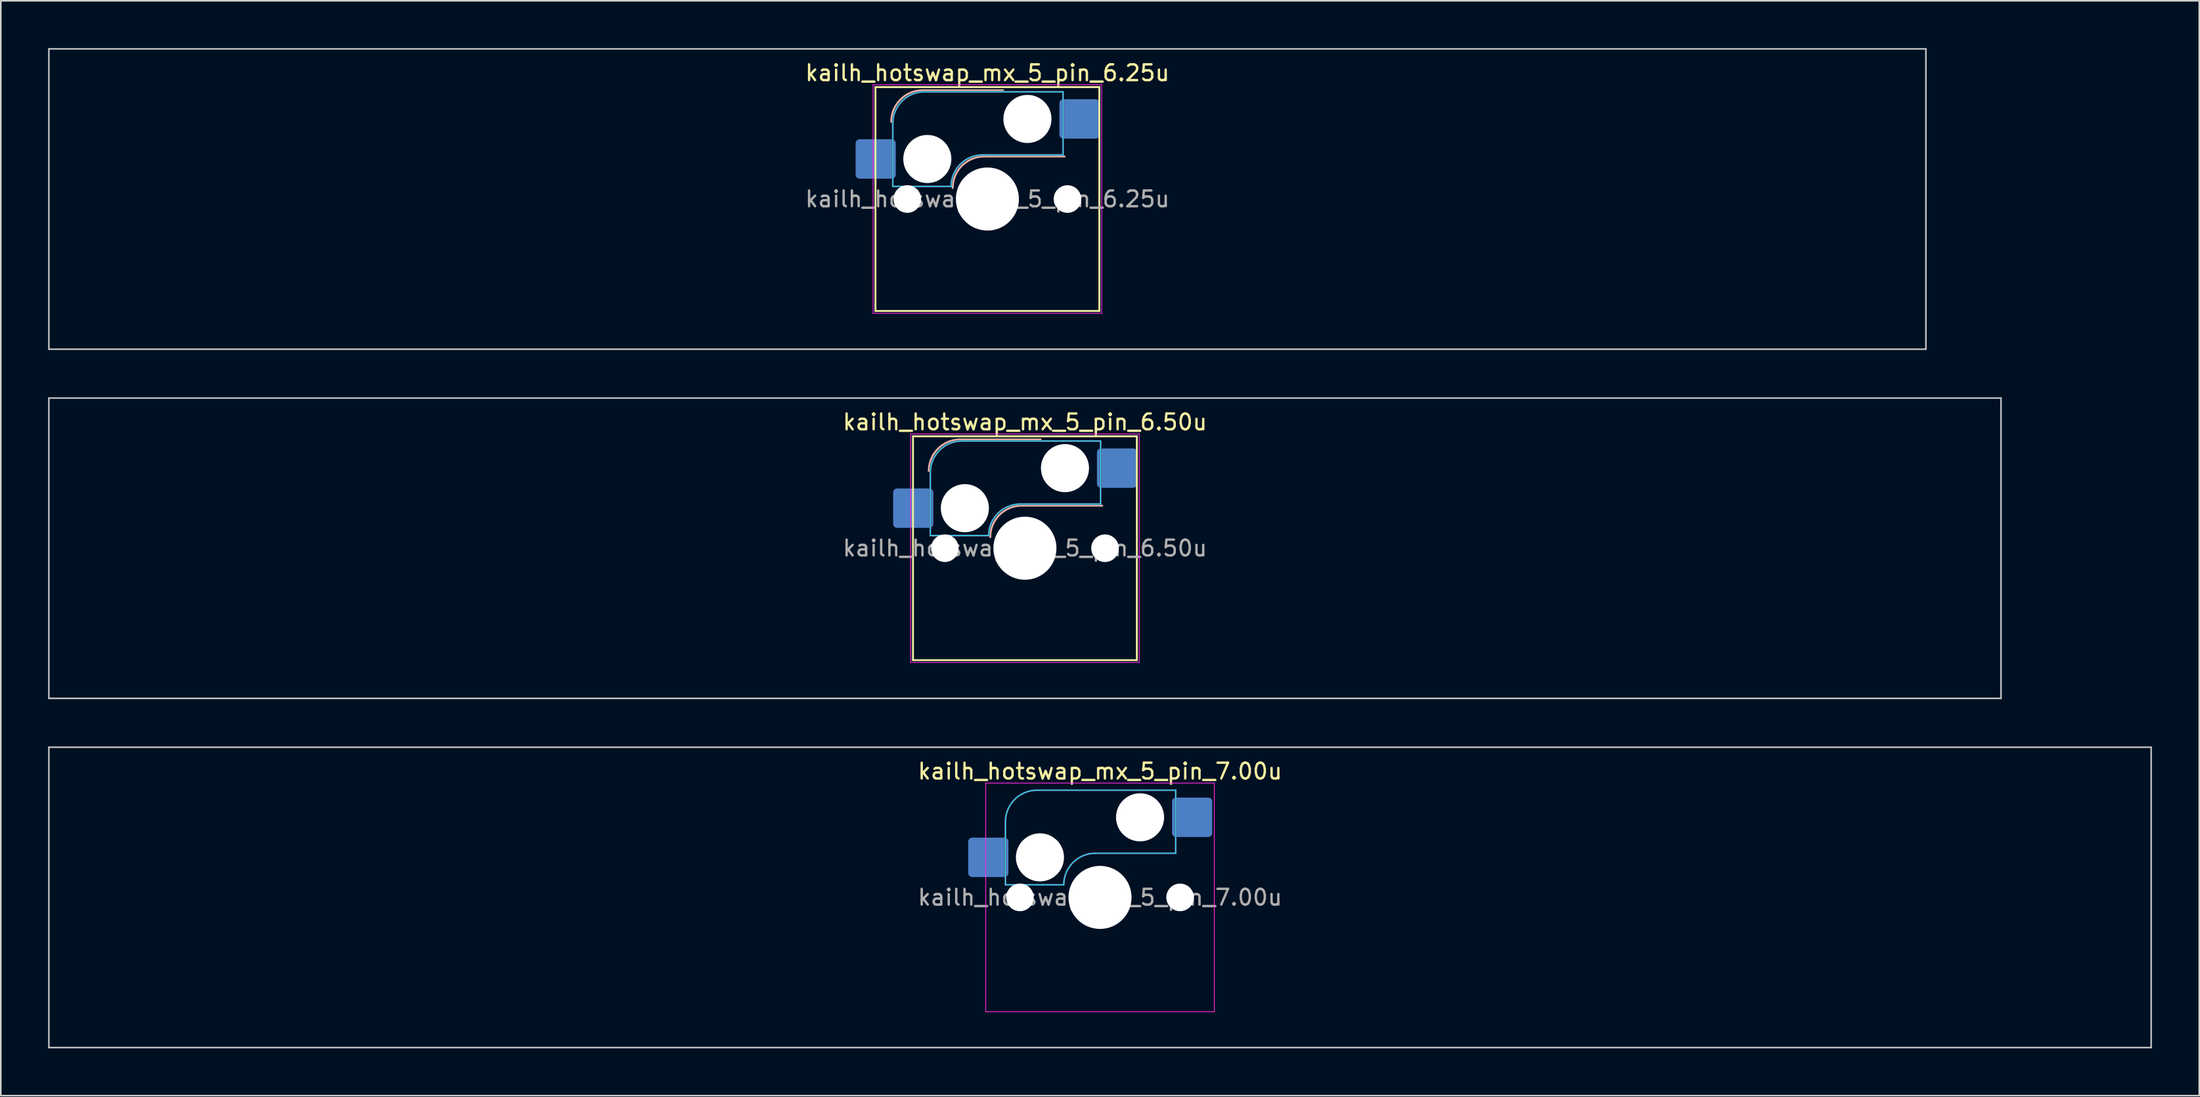
<source format=kicad_pcb>
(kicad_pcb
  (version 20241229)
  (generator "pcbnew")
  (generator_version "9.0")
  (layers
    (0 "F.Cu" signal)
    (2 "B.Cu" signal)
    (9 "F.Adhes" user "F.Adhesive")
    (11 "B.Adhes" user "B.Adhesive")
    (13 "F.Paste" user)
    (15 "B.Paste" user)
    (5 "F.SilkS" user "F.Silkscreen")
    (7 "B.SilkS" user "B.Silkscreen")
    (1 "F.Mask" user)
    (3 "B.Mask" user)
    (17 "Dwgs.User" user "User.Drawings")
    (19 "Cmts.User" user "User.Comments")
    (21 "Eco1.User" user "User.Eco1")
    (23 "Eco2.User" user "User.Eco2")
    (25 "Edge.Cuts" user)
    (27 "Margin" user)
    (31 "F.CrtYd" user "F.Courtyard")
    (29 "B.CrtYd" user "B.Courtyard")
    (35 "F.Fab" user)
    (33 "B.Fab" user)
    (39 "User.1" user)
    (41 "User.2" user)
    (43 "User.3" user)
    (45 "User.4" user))
  (footprint "kailh_hotswap_mx_5_pin_6.50u"
    (layer "F.Cu")
    (at 61.962 31.725)
    (property "Reference" "kailh_hotswap_mx_5_pin_6.50u" (at 0 -8 0) (layer "F.SilkS") (effects (font (size 1 1) (thickness 0.15))))
    (attr smd)
    (fp_line (start -7.1 -7.1) (end -7.1 7.1) (stroke (width 0.12) (type solid)) (layer "F.SilkS"))
    (fp_line (start -7.1 7.1) (end 7.1 7.1) (stroke (width 0.12) (type solid)) (layer "F.SilkS"))
    (fp_line (start 7.1 -7.1) (end -7.1 -7.1) (stroke (width 0.12) (type solid)) (layer "F.SilkS"))
    (fp_line (start 7.1 7.1) (end 7.1 -7.1) (stroke (width 0.12) (type solid)) (layer "F.SilkS"))
    (fp_line (start -4.1 -6.9) (end 1 -6.9) (stroke (width 0.12) (type solid)) (layer "B.SilkS"))
    (fp_line (start -0.2 -2.7) (end 4.9 -2.7) (stroke (width 0.12) (type solid)) (layer "B.SilkS"))
    (fp_arc (start -6.1 -4.9) (mid -5.514214 -6.314214) (end -4.1 -6.9) (stroke (width 0.12) (type solid)) (layer "B.SilkS"))
    (fp_arc (start -2.2 -0.7) (mid -1.614214 -2.114214) (end -0.2 -2.7) (stroke (width 0.12) (type solid)) (layer "B.SilkS"))
    (fp_line (start -61.913 -9.525) (end -61.913 9.525) (stroke (width 0.1) (type solid)) (layer "Dwgs.User"))
    (fp_line (start -61.913 9.525) (end 61.913 9.525) (stroke (width 0.1) (type solid)) (layer "Dwgs.User"))
    (fp_line (start 61.913 -9.525) (end -61.913 -9.525) (stroke (width 0.1) (type solid)) (layer "Dwgs.User"))
    (fp_line (start 61.913 9.525) (end 61.913 -9.525) (stroke (width 0.1) (type solid)) (layer "Dwgs.User"))
    (fp_line (start -6 -0.8) (end -6 -4.8) (stroke (width 0.05) (type solid)) (layer "B.CrtYd"))
    (fp_line (start -6 -0.8) (end -2.3 -0.8) (stroke (width 0.05) (type solid)) (layer "B.CrtYd"))
    (fp_line (start -4 -6.8) (end 4.8 -6.8) (stroke (width 0.05) (type solid)) (layer "B.CrtYd"))
    (fp_line (start -0.3 -2.8) (end 4.8 -2.8) (stroke (width 0.05) (type solid)) (layer "B.CrtYd"))
    (fp_line (start 4.8 -6.8) (end 4.8 -2.8) (stroke (width 0.05) (type solid)) (layer "B.CrtYd"))
    (fp_arc (start -6 -4.8) (mid -5.414214 -6.214214) (end -4 -6.8) (stroke (width 0.05) (type solid)) (layer "B.CrtYd"))
    (fp_arc (start -2.3 -0.8) (mid -1.714214 -2.214214) (end -0.3 -2.8) (stroke (width 0.05) (type solid)) (layer "B.CrtYd"))
    (fp_line (start -7.25 -7.25) (end -7.25 7.25) (stroke (width 0.05) (type solid)) (layer "F.CrtYd"))
    (fp_line (start -7.25 7.25) (end 7.25 7.25) (stroke (width 0.05) (type solid)) (layer "F.CrtYd"))
    (fp_line (start 7.25 -7.25) (end -7.25 -7.25) (stroke (width 0.05) (type solid)) (layer "F.CrtYd"))
    (fp_line (start 7.25 7.25) (end 7.25 -7.25) (stroke (width 0.05) (type solid)) (layer "F.CrtYd"))
    (fp_line (start -6 -0.8) (end -6 -4.8) (stroke (width 0.12) (type solid)) (layer "B.Fab"))
    (fp_line (start -6 -0.8) (end -2.3 -0.8) (stroke (width 0.12) (type solid)) (layer "B.Fab"))
    (fp_line (start -4 -6.8) (end 4.8 -6.8) (stroke (width 0.12) (type solid)) (layer "B.Fab"))
    (fp_line (start -0.3 -2.8) (end 4.8 -2.8) (stroke (width 0.12) (type solid)) (layer "B.Fab"))
    (fp_line (start 4.8 -6.8) (end 4.8 -2.8) (stroke (width 0.12) (type solid)) (layer "B.Fab"))
    (fp_arc (start -6 -4.8) (mid -5.414214 -6.214214) (end -4 -6.8) (stroke (width 0.12) (type solid)) (layer "B.Fab"))
    (fp_arc (start -2.3 -0.8) (mid -1.714214 -2.214214) (end -0.3 -2.8) (stroke (width 0.12) (type solid)) (layer "B.Fab"))
    (fp_text user "${REFERENCE}" (at 0 0 0) (layer "F.Fab") (effects (font (size 1 1) (thickness 0.15))))
    (pad "" np_thru_hole circle (at -5.08 0) (size 1.75 1.75) (drill 1.75) (layers "*.Cu" "*.Mask"))
    (pad "" np_thru_hole circle (at -3.81 -2.54) (size 3.05 3.05) (drill 3.05) (layers "*.Cu" "*.Mask"))
    (pad "" np_thru_hole circle (at 0 0) (size 4 4) (drill 4) (layers "*.Cu" "*.Mask"))
    (pad "" np_thru_hole circle (at 2.54 -5.08) (size 3.05 3.05) (drill 3.05) (layers "*.Cu" "*.Mask"))
    (pad "" np_thru_hole circle (at 5.08 0) (size 1.75 1.75) (drill 1.75) (layers "*.Cu" "*.Mask"))
    (pad "1" smd roundrect (at -7.085 -2.54) (size 2.55 2.5) (layers "B.Cu" "B.Mask" "B.Paste") (roundrect_rratio 0.1))
    (pad "2" smd roundrect (at 5.842 -5.08) (size 2.55 2.5) (layers "B.Cu" "B.Mask" "B.Paste") (roundrect_rratio 0.1)))
  (footprint "kailh_hotswap_mx_5_pin_7.00u"
    (layer "F.Cu")
    (at 66.725 53.875)
    (property "Reference" "kailh_hotswap_mx_5_pin_7.00u" (at 0 -8 0) (layer "F.SilkS") (effects (font (size 1 1) (thickness 0.15))))
    (attr smd)
    (fp_line (start -66.675 -9.525) (end -66.675 9.525) (stroke (width 0.1) (type solid)) (layer "Dwgs.User"))
    (fp_line (start -66.675 9.525) (end 66.675 9.525) (stroke (width 0.1) (type solid)) (layer "Dwgs.User"))
    (fp_line (start 66.675 -9.525) (end -66.675 -9.525) (stroke (width 0.1) (type solid)) (layer "Dwgs.User"))
    (fp_line (start 66.675 9.525) (end 66.675 -9.525) (stroke (width 0.1) (type solid)) (layer "Dwgs.User"))
    (fp_line (start -61.1 -2.6) (end -61.1 -0.2) (stroke (width 0.1) (type solid)) (layer "Eco2.User"))
    (fp_line (start -60.9 -2.8) (end -60.4 -2.8) (stroke (width 0.1) (type solid)) (layer "Eco2.User"))
    (fp_line (start -60.9 0) (end -60.4 0) (stroke (width 0.1) (type solid)) (layer "Eco2.User"))
    (fp_line (start -60.4 -5.5) (end -60.4 -2.8) (stroke (width 0.1) (type solid)) (layer "Eco2.User"))
    (fp_line (start -60.4 0) (end -60.4 6) (stroke (width 0.1) (type solid)) (layer "Eco2.User"))
    (fp_line (start -59.9 -6) (end -54.15 -6) (stroke (width 0.1) (type solid)) (layer "Eco2.User"))
    (fp_line (start -59.9 6.5) (end -59.175 6.5) (stroke (width 0.1) (type solid)) (layer "Eco2.User"))
    (fp_line (start -58.175 7.5) (end -55.875 7.5) (stroke (width 0.1) (type solid)) (layer "Eco2.User"))
    (fp_line (start -54.875 6.5) (end -54.15 6.5) (stroke (width 0.1) (type solid)) (layer "Eco2.User"))
    (fp_line (start -53.65 6) (end -53.65 5.5) (stroke (width 0.1) (type solid)) (layer "Eco2.User"))
    (fp_line (start -53.15 -5) (end -7.5 -5) (stroke (width 0.1) (type solid)) (layer "Eco2.User"))
    (fp_line (start -53.15 5) (end -7.5 5) (stroke (width 0.1) (type solid)) (layer "Eco2.User"))
    (fp_line (start -7 -6.5) (end -7 -5.5) (stroke (width 0.1) (type solid)) (layer "Eco2.User"))
    (fp_line (start -7 5.5) (end -7 6.5) (stroke (width 0.1) (type solid)) (layer "Eco2.User"))
    (fp_line (start -6.5 7) (end 6.5 7) (stroke (width 0.1) (type solid)) (layer "Eco2.User"))
    (fp_line (start -6.5 -7) (end 6.5 -7) (stroke (width 0.1) (type solid)) (layer "Eco2.User"))
    (fp_line (start 7 5.5) (end 7 6.5) (stroke (width 0.1) (type solid)) (layer "Eco2.User"))
    (fp_line (start 7 -6.5) (end 7 -5.5) (stroke (width 0.1) (type solid)) (layer "Eco2.User"))
    (fp_line (start 7.5 5) (end 53.15 5) (stroke (width 0.1) (type solid)) (layer "Eco2.User"))
    (fp_line (start 7.5 -5) (end 53.15 -5) (stroke (width 0.1) (type solid)) (layer "Eco2.User"))
    (fp_line (start 53.65 5.5) (end 53.65 6) (stroke (width 0.1) (type solid)) (layer "Eco2.User"))
    (fp_line (start 54.875 6.5) (end 54.15 6.5) (stroke (width 0.1) (type solid)) (layer "Eco2.User"))
    (fp_line (start 58.175 7.5) (end 55.875 7.5) (stroke (width 0.1) (type solid)) (layer "Eco2.User"))
    (fp_line (start 59.9 -6) (end 54.15 -6) (stroke (width 0.1) (type solid)) (layer "Eco2.User"))
    (fp_line (start 59.9 6.5) (end 59.175 6.5) (stroke (width 0.1) (type solid)) (layer "Eco2.User"))
    (fp_line (start 60.4 -5.5) (end 60.4 -2.8) (stroke (width 0.1) (type solid)) (layer "Eco2.User"))
    (fp_line (start 60.4 0.000012) (end 60.4 6) (stroke (width 0.1) (type solid)) (layer "Eco2.User"))
    (fp_line (start 60.9 -2.8) (end 60.4 -2.8) (stroke (width 0.1) (type solid)) (layer "Eco2.User"))
    (fp_line (start 60.9 0.000012) (end 60.4 0.000012) (stroke (width 0.1) (type solid)) (layer "Eco2.User"))
    (fp_line (start 61.1 -2.6) (end 61.1 -0.2) (stroke (width 0.1) (type solid)) (layer "Eco2.User"))
    (fp_arc (start -61.1 -2.6) (mid -61.041421 -2.741421) (end -60.9 -2.8) (stroke (width 0.1) (type solid)) (layer "Eco2.User"))
    (fp_arc (start -60.9 0) (mid -61.041421 -0.058579) (end -61.1 -0.2) (stroke (width 0.1) (type solid)) (layer "Eco2.User"))
    (fp_arc (start -60.4 -5.5) (mid -60.253553 -5.853553) (end -59.9 -6) (stroke (width 0.1) (type solid)) (layer "Eco2.User"))
    (fp_arc (start -59.9 6.5) (mid -60.253553 6.353553) (end -60.4 6) (stroke (width 0.1) (type solid)) (layer "Eco2.User"))
    (fp_arc (start -59.175 6.5) (mid -58.821447 6.646447) (end -58.675 7) (stroke (width 0.1) (type solid)) (layer "Eco2.User"))
    (fp_arc (start -58.175 7.5) (mid -58.528553 7.353553) (end -58.675 7) (stroke (width 0.1) (type solid)) (layer "Eco2.User"))
    (fp_arc (start -55.375 7) (mid -55.521447 7.353553) (end -55.875 7.5) (stroke (width 0.1) (type solid)) (layer "Eco2.User"))
    (fp_arc (start -55.375 7) (mid -55.228553 6.646447) (end -54.875 6.5) (stroke (width 0.1) (type solid)) (layer "Eco2.User"))
    (fp_arc (start -54.15 -6) (mid -53.796447 -5.853553) (end -53.65 -5.5) (stroke (width 0.1) (type solid)) (layer "Eco2.User"))
    (fp_arc (start -53.65 5.5) (mid -53.503553 5.146447) (end -53.15 5) (stroke (width 0.1) (type solid)) (layer "Eco2.User"))
    (fp_arc (start -53.65 6) (mid -53.796447 6.353553) (end -54.15 6.5) (stroke (width 0.1) (type solid)) (layer "Eco2.User"))
    (fp_arc (start -53.15 -5) (mid -53.503552 -5.146447) (end -53.65 -5.5) (stroke (width 0.1) (type solid)) (layer "Eco2.User"))
    (fp_arc (start -7.499988 5.000012) (mid -7.146435 5.146459) (end -6.999988 5.500012) (stroke (width 0.1) (type solid)) (layer "Eco2.User"))
    (fp_arc (start -6.999988 -6.499988) (mid -6.853541 -6.853541) (end -6.499988 -6.999988) (stroke (width 0.1) (type solid)) (layer "Eco2.User"))
    (fp_arc (start -6.999988 -5.499988) (mid -7.146435 -5.146435) (end -7.499988 -4.999988) (stroke (width 0.1) (type solid)) (layer "Eco2.User"))
    (fp_arc (start -6.499988 7.000012) (mid -6.853541 6.853565) (end -6.999988 6.500012) (stroke (width 0.1) (type solid)) (layer "Eco2.User"))
    (fp_arc (start 6.500012 -6.999988) (mid 6.853565 -6.853541) (end 7.000012 -6.499988) (stroke (width 0.1) (type solid)) (layer "Eco2.User"))
    (fp_arc (start 6.999672 6.500007) (mid 6.853225 6.85356) (end 6.499672 7.000007) (stroke (width 0.1) (type solid)) (layer "Eco2.User"))
    (fp_arc (start 6.999684 5.500019) (mid 7.146119 5.146454) (end 7.499684 5.000019) (stroke (width 0.1) (type solid)) (layer "Eco2.User"))
    (fp_arc (start 7.500012 -4.999988) (mid 7.14646 -5.146436) (end 7.000012 -5.499988) (stroke (width 0.1) (type solid)) (layer "Eco2.User"))
    (fp_arc (start 53.150024 5.000012) (mid 53.503577 5.146459) (end 53.650024 5.500012) (stroke (width 0.1) (type solid)) (layer "Eco2.User"))
    (fp_arc (start 53.650024 -5.499988) (mid 53.503577 -5.146435) (end 53.150024 -4.999988) (stroke (width 0.1) (type solid)) (layer "Eco2.User"))
    (fp_arc (start 53.650024 -5.499988) (mid 53.796471 -5.853541) (end 54.150024 -5.999988) (stroke (width 0.1) (type solid)) (layer "Eco2.User"))
    (fp_arc (start 54.150024 6.500012) (mid 53.796471 6.353565) (end 53.650024 6.000012) (stroke (width 0.1) (type solid)) (layer "Eco2.User"))
    (fp_arc (start 54.875024 6.500012) (mid 55.228577 6.646459) (end 55.375024 7.000012) (stroke (width 0.1) (type solid)) (layer "Eco2.User"))
    (fp_arc (start 55.875024 7.500012) (mid 55.521471 7.353565) (end 55.375024 7.000012) (stroke (width 0.1) (type solid)) (layer "Eco2.User"))
    (fp_arc (start 58.675024 7.000012) (mid 58.528577 7.353565) (end 58.175024 7.500012) (stroke (width 0.1) (type solid)) (layer "Eco2.User"))
    (fp_arc (start 58.675024 7.000012) (mid 58.821471 6.646459) (end 59.175024 6.500012) (stroke (width 0.1) (type solid)) (layer "Eco2.User"))
    (fp_arc (start 59.900024 -5.999988) (mid 60.253577 -5.853541) (end 60.400024 -5.499988) (stroke (width 0.1) (type solid)) (layer "Eco2.User"))
    (fp_arc (start 60.400024 6.000012) (mid 60.253577 6.353565) (end 59.900024 6.500012) (stroke (width 0.1) (type solid)) (layer "Eco2.User"))
    (fp_arc (start 60.900024 -2.799988) (mid 61.041445 -2.741409) (end 61.100024 -2.599988) (stroke (width 0.1) (type solid)) (layer "Eco2.User"))
    (fp_arc (start 61.100024 -0.199988) (mid 61.041445 -0.058567) (end 60.900024 0.000012) (stroke (width 0.1) (type solid)) (layer "Eco2.User"))
    (fp_line (start -6 -0.8) (end -6 -4.8) (stroke (width 0.05) (type solid)) (layer "B.CrtYd"))
    (fp_line (start -6 -0.8) (end -2.3 -0.8) (stroke (width 0.05) (type solid)) (layer "B.CrtYd"))
    (fp_line (start -4 -6.8) (end 4.8 -6.8) (stroke (width 0.05) (type solid)) (layer "B.CrtYd"))
    (fp_line (start -0.3 -2.8) (end 4.8 -2.8) (stroke (width 0.05) (type solid)) (layer "B.CrtYd"))
    (fp_line (start 4.8 -6.8) (end 4.8 -2.8) (stroke (width 0.05) (type solid)) (layer "B.CrtYd"))
    (fp_arc (start -6 -4.8) (mid -5.414214 -6.214214) (end -4 -6.8) (stroke (width 0.05) (type solid)) (layer "B.CrtYd"))
    (fp_arc (start -2.3 -0.8) (mid -1.714214 -2.214214) (end -0.3 -2.8) (stroke (width 0.05) (type solid)) (layer "B.CrtYd"))
    (fp_line (start -7.25 -7.25) (end -7.25 7.25) (stroke (width 0.05) (type solid)) (layer "F.CrtYd"))
    (fp_line (start -7.25 7.25) (end 7.25 7.25) (stroke (width 0.05) (type solid)) (layer "F.CrtYd"))
    (fp_line (start 7.25 -7.25) (end -7.25 -7.25) (stroke (width 0.05) (type solid)) (layer "F.CrtYd"))
    (fp_line (start 7.25 7.25) (end 7.25 -7.25) (stroke (width 0.05) (type solid)) (layer "F.CrtYd"))
    (fp_line (start -6 -0.8) (end -6 -4.8) (stroke (width 0.12) (type solid)) (layer "B.Fab"))
    (fp_line (start -6 -0.8) (end -2.3 -0.8) (stroke (width 0.12) (type solid)) (layer "B.Fab"))
    (fp_line (start -4 -6.8) (end 4.8 -6.8) (stroke (width 0.12) (type solid)) (layer "B.Fab"))
    (fp_line (start -0.3 -2.8) (end 4.8 -2.8) (stroke (width 0.12) (type solid)) (layer "B.Fab"))
    (fp_line (start 4.8 -6.8) (end 4.8 -2.8) (stroke (width 0.12) (type solid)) (layer "B.Fab"))
    (fp_arc (start -6 -4.8) (mid -5.414214 -6.214214) (end -4 -6.8) (stroke (width 0.12) (type solid)) (layer "B.Fab"))
    (fp_arc (start -2.3 -0.8) (mid -1.714214 -2.214214) (end -0.3 -2.8) (stroke (width 0.12) (type solid)) (layer "B.Fab"))
    (fp_text user "${REFERENCE}" (at 0 0 0) (layer "F.Fab") (effects (font (size 1 1) (thickness 0.15))))
    (pad "" np_thru_hole circle (at -5.08 0) (size 1.75 1.75) (drill 1.75) (layers "*.Cu" "*.Mask"))
    (pad "" np_thru_hole circle (at -3.81 -2.54) (size 3.05 3.05) (drill 3.05) (layers "*.Cu" "*.Mask"))
    (pad "" np_thru_hole circle (at 0 0) (size 4 4) (drill 4) (layers "*.Cu" "*.Mask"))
    (pad "" np_thru_hole circle (at 2.54 -5.08) (size 3.05 3.05) (drill 3.05) (layers "*.Cu" "*.Mask"))
    (pad "" np_thru_hole circle (at 5.08 0) (size 1.75 1.75) (drill 1.75) (layers "*.Cu" "*.Mask"))
    (pad "1" smd roundrect (at -7.085 -2.54) (size 2.55 2.5) (layers "B.Cu" "B.Mask" "B.Paste") (roundrect_rratio 0.1))
    (pad "2" smd roundrect (at 5.842 -5.08) (size 2.55 2.5) (layers "B.Cu" "B.Mask" "B.Paste") (roundrect_rratio 0.1)))
  (footprint "kailh_hotswap_mx_5_pin_6.25u"
    (layer "F.Cu")
    (at 59.581 9.575)
    (property "Reference" "kailh_hotswap_mx_5_pin_6.25u" (at 0 -8 0) (layer "F.SilkS") (effects (font (size 1 1) (thickness 0.15))))
    (attr smd)
    (fp_line (start -7.1 -7.1) (end -7.1 7.1) (stroke (width 0.12) (type solid)) (layer "F.SilkS"))
    (fp_line (start -7.1 7.1) (end 7.1 7.1) (stroke (width 0.12) (type solid)) (layer "F.SilkS"))
    (fp_line (start 7.1 -7.1) (end -7.1 -7.1) (stroke (width 0.12) (type solid)) (layer "F.SilkS"))
    (fp_line (start 7.1 7.1) (end 7.1 -7.1) (stroke (width 0.12) (type solid)) (layer "F.SilkS"))
    (fp_line (start -4.1 -6.9) (end 1 -6.9) (stroke (width 0.12) (type solid)) (layer "B.SilkS"))
    (fp_line (start -0.2 -2.7) (end 4.9 -2.7) (stroke (width 0.12) (type solid)) (layer "B.SilkS"))
    (fp_arc (start -6.1 -4.9) (mid -5.514214 -6.314214) (end -4.1 -6.9) (stroke (width 0.12) (type solid)) (layer "B.SilkS"))
    (fp_arc (start -2.2 -0.7) (mid -1.614214 -2.114214) (end -0.2 -2.7) (stroke (width 0.12) (type solid)) (layer "B.SilkS"))
    (fp_line (start -59.531 -9.525) (end -59.531 9.525) (stroke (width 0.1) (type solid)) (layer "Dwgs.User"))
    (fp_line (start -59.531 9.525) (end 59.531 9.525) (stroke (width 0.1) (type solid)) (layer "Dwgs.User"))
    (fp_line (start 59.531 -9.525) (end -59.531 -9.525) (stroke (width 0.1) (type solid)) (layer "Dwgs.User"))
    (fp_line (start 59.531 9.525) (end 59.531 -9.525) (stroke (width 0.1) (type solid)) (layer "Dwgs.User"))
    (fp_line (start -6 -0.8) (end -6 -4.8) (stroke (width 0.05) (type solid)) (layer "B.CrtYd"))
    (fp_line (start -6 -0.8) (end -2.3 -0.8) (stroke (width 0.05) (type solid)) (layer "B.CrtYd"))
    (fp_line (start -4 -6.8) (end 4.8 -6.8) (stroke (width 0.05) (type solid)) (layer "B.CrtYd"))
    (fp_line (start -0.3 -2.8) (end 4.8 -2.8) (stroke (width 0.05) (type solid)) (layer "B.CrtYd"))
    (fp_line (start 4.8 -6.8) (end 4.8 -2.8) (stroke (width 0.05) (type solid)) (layer "B.CrtYd"))
    (fp_arc (start -6 -4.8) (mid -5.414214 -6.214214) (end -4 -6.8) (stroke (width 0.05) (type solid)) (layer "B.CrtYd"))
    (fp_arc (start -2.3 -0.8) (mid -1.714214 -2.214214) (end -0.3 -2.8) (stroke (width 0.05) (type solid)) (layer "B.CrtYd"))
    (fp_line (start -7.25 -7.25) (end -7.25 7.25) (stroke (width 0.05) (type solid)) (layer "F.CrtYd"))
    (fp_line (start -7.25 7.25) (end 7.25 7.25) (stroke (width 0.05) (type solid)) (layer "F.CrtYd"))
    (fp_line (start 7.25 -7.25) (end -7.25 -7.25) (stroke (width 0.05) (type solid)) (layer "F.CrtYd"))
    (fp_line (start 7.25 7.25) (end 7.25 -7.25) (stroke (width 0.05) (type solid)) (layer "F.CrtYd"))
    (fp_line (start -6 -0.8) (end -6 -4.8) (stroke (width 0.12) (type solid)) (layer "B.Fab"))
    (fp_line (start -6 -0.8) (end -2.3 -0.8) (stroke (width 0.12) (type solid)) (layer "B.Fab"))
    (fp_line (start -4 -6.8) (end 4.8 -6.8) (stroke (width 0.12) (type solid)) (layer "B.Fab"))
    (fp_line (start -0.3 -2.8) (end 4.8 -2.8) (stroke (width 0.12) (type solid)) (layer "B.Fab"))
    (fp_line (start 4.8 -6.8) (end 4.8 -2.8) (stroke (width 0.12) (type solid)) (layer "B.Fab"))
    (fp_arc (start -6 -4.8) (mid -5.414214 -6.214214) (end -4 -6.8) (stroke (width 0.12) (type solid)) (layer "B.Fab"))
    (fp_arc (start -2.3 -0.8) (mid -1.714214 -2.214214) (end -0.3 -2.8) (stroke (width 0.12) (type solid)) (layer "B.Fab"))
    (fp_text user "${REFERENCE}" (at 0 0 0) (layer "F.Fab") (effects (font (size 1 1) (thickness 0.15))))
    (pad "" np_thru_hole circle (at -5.08 0) (size 1.75 1.75) (drill 1.75) (layers "*.Cu" "*.Mask"))
    (pad "" np_thru_hole circle (at -3.81 -2.54) (size 3.05 3.05) (drill 3.05) (layers "*.Cu" "*.Mask"))
    (pad "" np_thru_hole circle (at 0 0) (size 4 4) (drill 4) (layers "*.Cu" "*.Mask"))
    (pad "" np_thru_hole circle (at 2.54 -5.08) (size 3.05 3.05) (drill 3.05) (layers "*.Cu" "*.Mask"))
    (pad "" np_thru_hole circle (at 5.08 0) (size 1.75 1.75) (drill 1.75) (layers "*.Cu" "*.Mask"))
    (pad "1" smd roundrect (at -7.085 -2.54) (size 2.55 2.5) (layers "B.Cu" "B.Mask" "B.Paste") (roundrect_rratio 0.1))
    (pad "2" smd roundrect (at 5.842 -5.08) (size 2.55 2.5) (layers "B.Cu" "B.Mask" "B.Paste") (roundrect_rratio 0.1)))
  (gr_rect
    (start -3 -3)
    (end 136.45 66.45)
    (stroke (width 0.1) (type default))
    (fill no)
    (layer "Edge.Cuts")))
</source>
